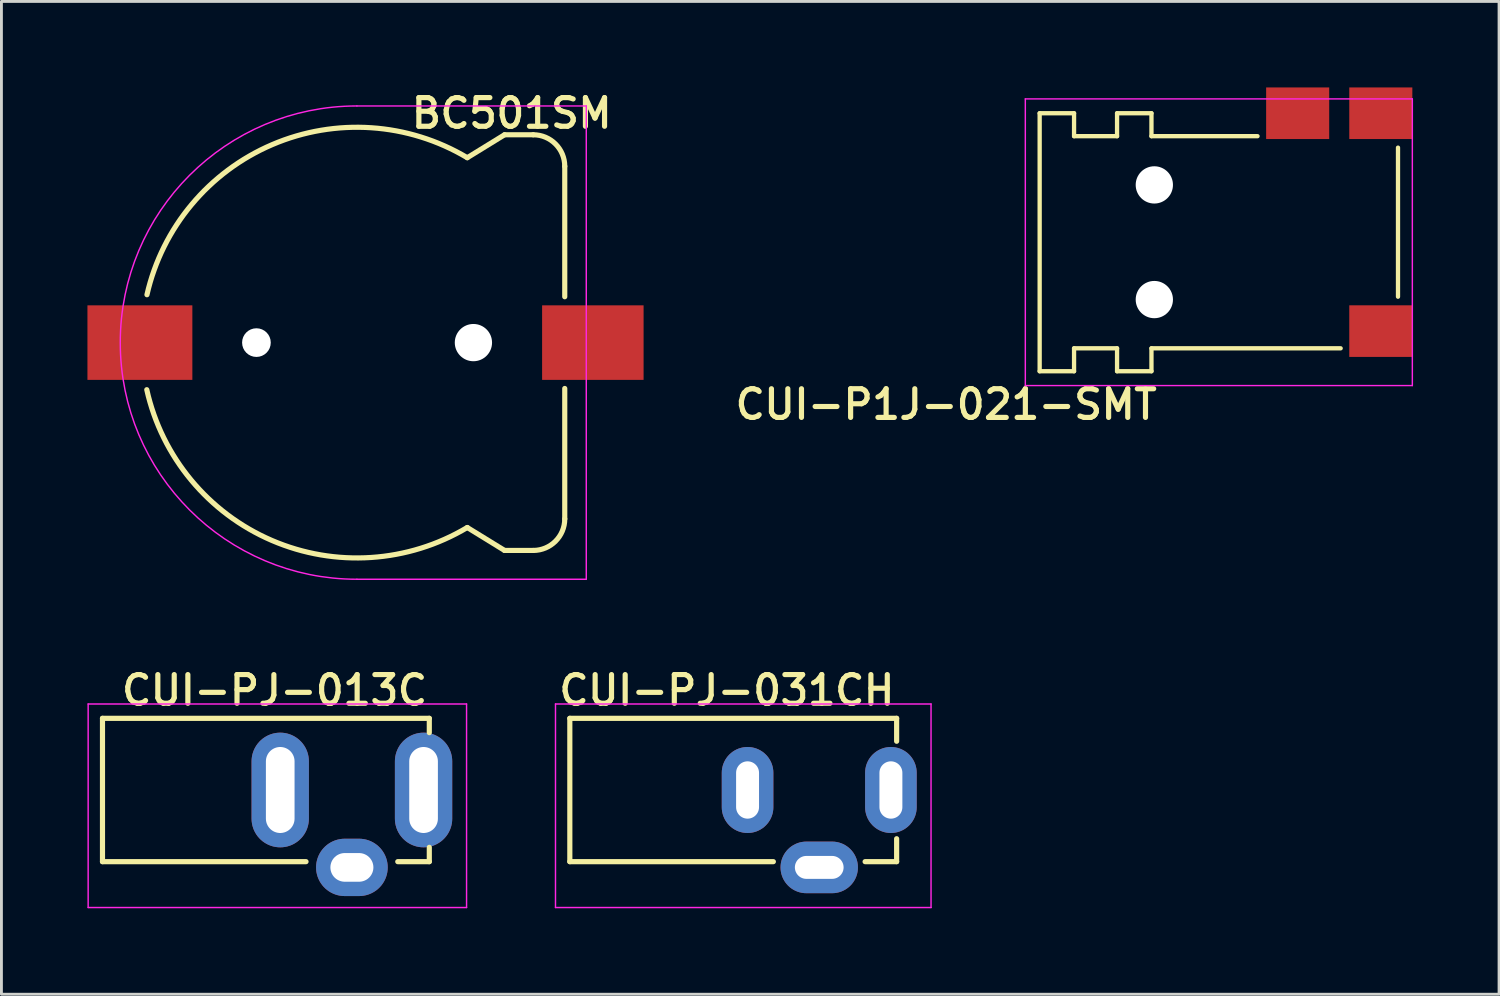
<source format=kicad_pcb>
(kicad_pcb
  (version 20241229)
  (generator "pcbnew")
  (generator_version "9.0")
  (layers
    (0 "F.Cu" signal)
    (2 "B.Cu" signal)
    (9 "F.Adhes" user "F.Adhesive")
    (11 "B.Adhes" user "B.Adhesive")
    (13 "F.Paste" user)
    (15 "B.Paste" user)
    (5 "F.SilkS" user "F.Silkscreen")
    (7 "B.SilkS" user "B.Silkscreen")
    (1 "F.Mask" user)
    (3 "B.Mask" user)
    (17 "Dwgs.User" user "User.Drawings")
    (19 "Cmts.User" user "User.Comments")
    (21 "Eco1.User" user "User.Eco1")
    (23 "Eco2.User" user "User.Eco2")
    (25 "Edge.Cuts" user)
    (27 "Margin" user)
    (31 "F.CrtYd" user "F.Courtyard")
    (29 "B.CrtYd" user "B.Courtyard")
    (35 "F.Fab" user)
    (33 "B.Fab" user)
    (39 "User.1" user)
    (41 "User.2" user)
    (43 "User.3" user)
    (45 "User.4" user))
  (footprint "CUI-P1J-021-SMT"
    (layer "F.Cu")
    (at 33.216 5.9)
    (property "Reference" "CUI-P1J-021-SMT" (at 4.191 4.572 180) (layer "F.SilkS") (effects (font (size 1 1) (thickness 0.18)) (justify right top)))
    (attr through_hole)
    (fp_line (start 0 -5) (end 1.2 -5) (stroke (width 0.15) (type solid)) (layer "F.SilkS"))
    (fp_line (start 0 4) (end 0 -5) (stroke (width 0.15) (type solid)) (layer "F.SilkS"))
    (fp_line (start 0 4) (end 1.2 4) (stroke (width 0.15) (type solid)) (layer "F.SilkS"))
    (fp_line (start 1.2 -5) (end 1.2 -4.2) (stroke (width 0.15) (type solid)) (layer "F.SilkS"))
    (fp_line (start 1.2 -4.2) (end 2.7 -4.2) (stroke (width 0.15) (type solid)) (layer "F.SilkS"))
    (fp_line (start 1.2 3.2) (end 2.7 3.2) (stroke (width 0.15) (type solid)) (layer "F.SilkS"))
    (fp_line (start 1.2 4) (end 1.2 3.2) (stroke (width 0.15) (type solid)) (layer "F.SilkS"))
    (fp_line (start 2.7 -5) (end 3.9 -5) (stroke (width 0.15) (type solid)) (layer "F.SilkS"))
    (fp_line (start 2.7 -4.2) (end 2.7 -5) (stroke (width 0.15) (type solid)) (layer "F.SilkS"))
    (fp_line (start 2.7 3.2) (end 2.7 4) (stroke (width 0.15) (type solid)) (layer "F.SilkS"))
    (fp_line (start 2.7 4) (end 3.9 4) (stroke (width 0.15) (type solid)) (layer "F.SilkS"))
    (fp_line (start 3.9 -5) (end 3.9 -4.2) (stroke (width 0.15) (type solid)) (layer "F.SilkS"))
    (fp_line (start 3.9 -4.2) (end 7.6 -4.2) (stroke (width 0.15) (type solid)) (layer "F.SilkS"))
    (fp_line (start 3.9 3.2) (end 10.5 3.2) (stroke (width 0.15) (type solid)) (layer "F.SilkS"))
    (fp_line (start 3.9 4) (end 3.9 3.2) (stroke (width 0.15) (type solid)) (layer "F.SilkS"))
    (fp_line (start 12.5 1.4) (end 12.5 -3.8) (stroke (width 0.15) (type solid)) (layer "F.SilkS"))
    (fp_line (start -0.5 -5.5) (end 13 -5.5) (stroke (width 0.05) (type solid)) (layer "F.CrtYd"))
    (fp_line (start -0.5 4.5) (end -0.5 -5.5) (stroke (width 0.05) (type solid)) (layer "F.CrtYd"))
    (fp_line (start 13 -5.5) (end 13 4.5) (stroke (width 0.05) (type solid)) (layer "F.CrtYd"))
    (fp_line (start 13 4.5) (end -0.5 4.5) (stroke (width 0.05) (type solid)) (layer "F.CrtYd"))
    (pad "" np_thru_hole circle (at 4 -2.5) (size 1.3 1.3) (drill 1.3) (layers "*.Cu" "*.Mask"))
    (pad "" np_thru_hole circle (at 4 1.5) (size 1.3 1.3) (drill 1.3) (layers "*.Cu" "*.Mask"))
    (pad "1" smd rect (at 11.9 2.6) (size 2.2 1.8) (layers "F.Cu" "F.Mask" "F.Paste"))
    (pad "2" smd rect (at 9 -5) (size 2.2 1.8) (layers "F.Cu" "F.Mask" "F.Paste"))
    (pad "3" smd rect (at 11.9 -5) (size 2.2 1.8) (layers "F.Cu" "F.Mask" "F.Paste")))
  (footprint "BC501SM"
    (layer "F.Cu")
    (at 9.4 8.901)
    (property "Reference" "BC501SM" (at 5.4 -8 180) (layer "F.SilkS") (effects (font (size 1 1) (thickness 0.18))))
    (attr through_hole)
    (fp_line (start 3.85 -6.45) (end 5.15 -7.25) (stroke (width 0.18) (type solid)) (layer "F.SilkS"))
    (fp_line (start 3.85 6.45) (end 5.15 7.25) (stroke (width 0.18) (type solid)) (layer "F.SilkS"))
    (fp_line (start 5.15 -7.25) (end 6.15 -7.25) (stroke (width 0.18) (type solid)) (layer "F.SilkS"))
    (fp_line (start 5.15 7.25) (end 6.15 7.25) (stroke (width 0.18) (type solid)) (layer "F.SilkS"))
    (fp_line (start 7.25 -6.15) (end 7.25 -1.6) (stroke (width 0.18) (type solid)) (layer "F.SilkS"))
    (fp_line (start 7.25 6.15) (end 7.25 1.6) (stroke (width 0.18) (type solid)) (layer "F.SilkS"))
    (fp_arc (start -7.3236 -1.670294) (mid -2.954297 -6.906311) (end 3.85 -6.45) (stroke (width 0.18) (type solid)) (layer "F.SilkS"))
    (fp_arc (start 3.85 6.45) (mid -2.967235 6.900762) (end -7.329809 1.642832) (stroke (width 0.18) (type solid)) (layer "F.SilkS"))
    (fp_arc (start 6.15 -7.25) (mid 6.927817 -6.927817) (end 7.25 -6.15) (stroke (width 0.18) (type solid)) (layer "F.SilkS"))
    (fp_arc (start 7.25 6.15) (mid 6.927817 6.927817) (end 6.15 7.25) (stroke (width 0.18) (type solid)) (layer "F.SilkS"))
    (fp_line (start 0 8.255) (end 8.001 8.255) (stroke (width 0.05) (type solid)) (layer "F.CrtYd"))
    (fp_line (start 8.001 -8.255) (end 0 -8.255) (stroke (width 0.05) (type solid)) (layer "F.CrtYd"))
    (fp_line (start 8.001 8.255) (end 8.001 -8.255) (stroke (width 0.05) (type solid)) (layer "F.CrtYd"))
    (fp_arc (start 0 8.255) (mid -8.255 0) (end 0 -8.255) (stroke (width 0.05) (type solid)) (layer "F.CrtYd"))
    (pad "" np_thru_hole circle (at -3.505 0) (size 1 1) (drill 1) (layers "*.Cu" "*.Mask"))
    (pad "" np_thru_hole circle (at 4.064 0) (size 1.3 1.3) (drill 1.3) (layers "*.Cu" "*.Mask"))
    (pad "N" smd rect (at -7.57 0) (size 3.66 2.6) (layers "F.Cu" "F.Mask" "F.Paste"))
    (pad "P" smd rect (at 8.23 0) (size 3.54 2.6) (layers "F.Cu" "F.Mask" "F.Paste")))
  (footprint "CUI-PJ-031CH"
    (layer "F.Cu")
    (at 16.827 24.507)
    (property "Reference" "CUI-PJ-031CH" (at 11.43 -4.064 0) (layer "F.SilkS") (effects (font (size 1 1) (thickness 0.18)) (justify right top)))
    (attr through_hole)
    (fp_line (start 0 -2.5) (end 11.4 -2.5) (stroke (width 0.18) (type solid)) (layer "F.SilkS"))
    (fp_line (start 0 2.5) (end 0 -2.5) (stroke (width 0.18) (type solid)) (layer "F.SilkS"))
    (fp_line (start 7.1 2.5) (end 0 2.5) (stroke (width 0.18) (type solid)) (layer "F.SilkS"))
    (fp_line (start 11.4 -2.5) (end 11.4 -1.7) (stroke (width 0.18) (type solid)) (layer "F.SilkS"))
    (fp_line (start 11.4 2.5) (end 10.3 2.5) (stroke (width 0.18) (type solid)) (layer "F.SilkS"))
    (fp_line (start 11.4 2.5) (end 11.4 1.7) (stroke (width 0.18) (type solid)) (layer "F.SilkS"))
    (fp_line (start -0.5 -3) (end 12.6 -3) (stroke (width 0.05) (type solid)) (layer "F.CrtYd"))
    (fp_line (start -0.5 4.1) (end -0.5 -3) (stroke (width 0.05) (type solid)) (layer "F.CrtYd"))
    (fp_line (start 12.6 -3) (end 12.6 4.1) (stroke (width 0.05) (type solid)) (layer "F.CrtYd"))
    (fp_line (start 12.6 4.1) (end -0.5 4.1) (stroke (width 0.05) (type solid)) (layer "F.CrtYd"))
    (pad "1" thru_hole oval (at 11.2 0 90) (size 3 1.8) (drill oval 2 0.8) (layers "*.Cu" "*.Mask"))
    (pad "2" thru_hole oval (at 6.2 0 90) (size 3 1.8) (drill oval 2 0.8) (layers "*.Cu" "*.Mask"))
    (pad "3" thru_hole oval (at 8.7 2.7) (size 2.7 1.8) (drill oval 1.7 0.8) (layers "*.Cu" "*.Mask")))
  (footprint "CUI-PJ-013C"
    (layer "F.Cu")
    (at 0.525 24.507)
    (property "Reference" "CUI-PJ-013C" (at 11.43 -4.064 0) (layer "F.SilkS") (effects (font (size 1 1) (thickness 0.18)) (justify right top)))
    (attr through_hole)
    (fp_line (start 0 -2.5) (end 11.4 -2.5) (stroke (width 0.18) (type solid)) (layer "F.SilkS"))
    (fp_line (start 0 2.5) (end 0 -2.5) (stroke (width 0.18) (type solid)) (layer "F.SilkS"))
    (fp_line (start 7.1 2.5) (end 0 2.5) (stroke (width 0.18) (type solid)) (layer "F.SilkS"))
    (fp_line (start 11.4 -2.5) (end 11.4 -2) (stroke (width 0.18) (type solid)) (layer "F.SilkS"))
    (fp_line (start 11.4 2.5) (end 10.3 2.5) (stroke (width 0.18) (type solid)) (layer "F.SilkS"))
    (fp_line (start 11.4 2.5) (end 11.4 2) (stroke (width 0.18) (type solid)) (layer "F.SilkS"))
    (fp_line (start -0.5 -3) (end 12.7 -3) (stroke (width 0.05) (type solid)) (layer "F.CrtYd"))
    (fp_line (start -0.5 4.1) (end -0.5 -3) (stroke (width 0.05) (type solid)) (layer "F.CrtYd"))
    (fp_line (start 12.7 -3) (end 12.7 4.1) (stroke (width 0.05) (type solid)) (layer "F.CrtYd"))
    (fp_line (start 12.7 4.1) (end -0.5 4.1) (stroke (width 0.05) (type solid)) (layer "F.CrtYd"))
    (pad "1" thru_hole oval (at 11.2 0 90) (size 4 2) (drill oval 3 1) (layers "*.Cu" "*.Mask"))
    (pad "2" thru_hole oval (at 6.2 0 90) (size 4 2) (drill oval 3 1) (layers "*.Cu" "*.Mask"))
    (pad "3" thru_hole oval (at 8.7 2.7) (size 2.5 2) (drill oval 1.5 1) (layers "*.Cu" "*.Mask")))
  (gr_rect
    (start -3 -3)
    (end 49.241 31.632)
    (stroke (width 0.1) (type default))
    (fill no)
    (layer "Edge.Cuts")))
</source>
